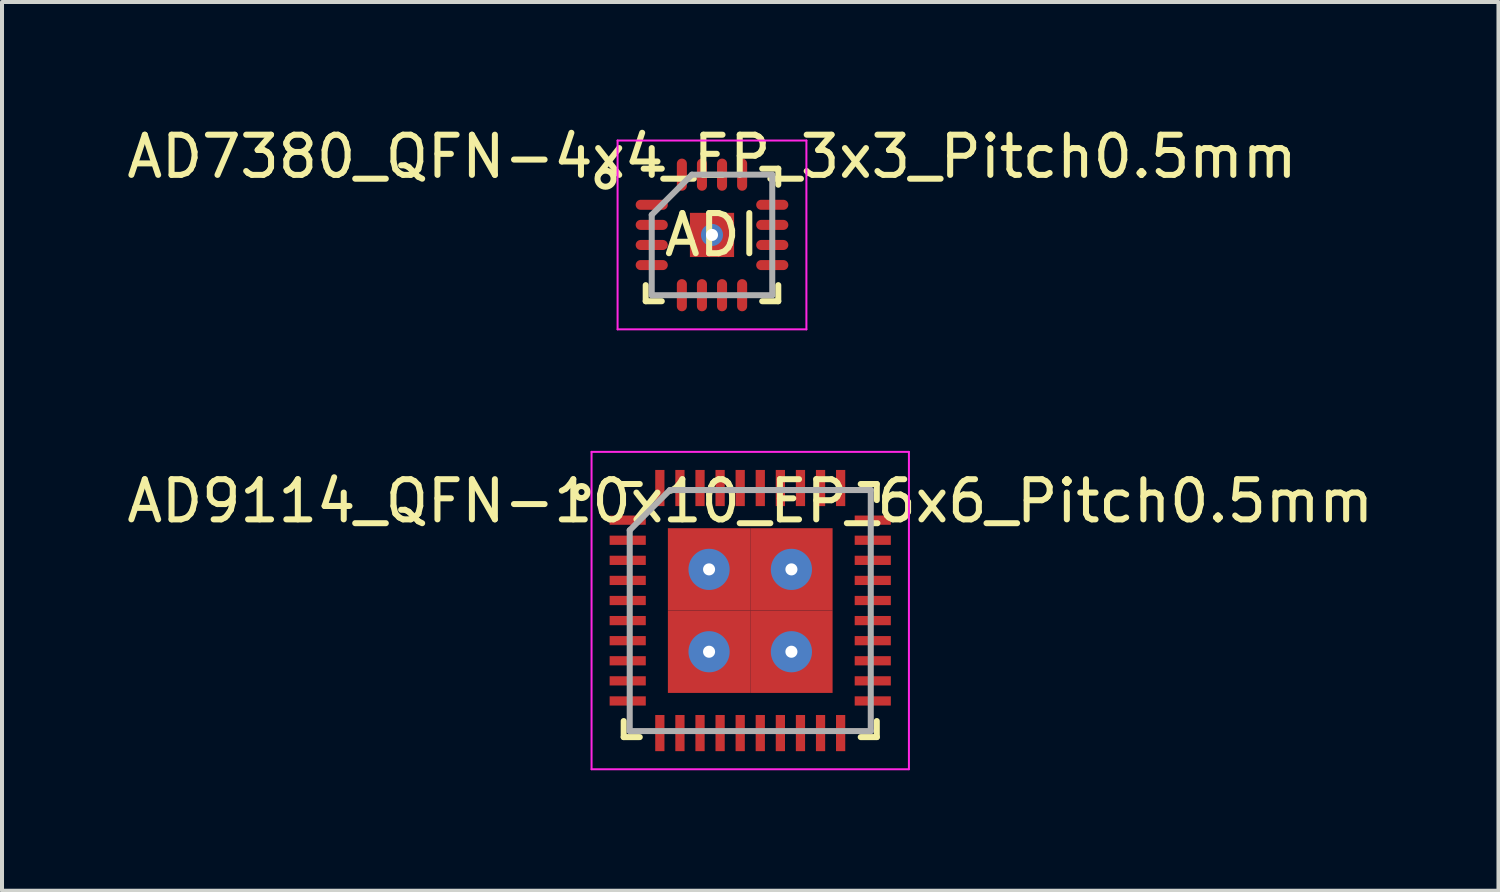
<source format=kicad_pcb>
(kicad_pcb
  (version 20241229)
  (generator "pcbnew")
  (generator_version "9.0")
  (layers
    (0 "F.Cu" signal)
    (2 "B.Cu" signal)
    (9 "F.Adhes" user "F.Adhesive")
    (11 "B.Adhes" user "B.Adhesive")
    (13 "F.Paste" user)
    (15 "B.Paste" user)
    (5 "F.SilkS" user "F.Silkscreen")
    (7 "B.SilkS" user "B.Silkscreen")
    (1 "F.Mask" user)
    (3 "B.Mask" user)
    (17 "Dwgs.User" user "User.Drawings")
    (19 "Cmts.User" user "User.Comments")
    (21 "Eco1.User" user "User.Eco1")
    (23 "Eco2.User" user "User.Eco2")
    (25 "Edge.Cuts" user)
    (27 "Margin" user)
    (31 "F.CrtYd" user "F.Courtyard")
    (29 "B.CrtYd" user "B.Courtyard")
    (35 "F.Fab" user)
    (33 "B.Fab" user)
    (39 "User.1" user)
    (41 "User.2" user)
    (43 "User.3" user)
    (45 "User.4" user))
  (footprint "AD7380_QFN-4x4_EP_3x3_Pitch0.5mm"
    (layer "F.Cu")
    (at 14.673 2.798)
    (property "Reference" "AD7380_QFN-4x4_EP_3x3_Pitch0.5mm" (at 0 -1.95 0) (layer "F.SilkS") (effects (font (size 1 1) (thickness 0.15))))
    (attr smd)
    (fp_line (start -1.65 1.65) (end -1.65 1.25) (stroke (width 0.15) (type solid)) (layer "F.SilkS"))
    (fp_line (start -1.25 -1.65) (end -1.7 -1.65) (stroke (width 0.15) (type solid)) (layer "F.SilkS"))
    (fp_line (start -1.25 1.65) (end -1.65 1.65) (stroke (width 0.15) (type solid)) (layer "F.SilkS"))
    (fp_line (start 1.25 -1.65) (end 1.65 -1.65) (stroke (width 0.15) (type solid)) (layer "F.SilkS"))
    (fp_line (start 1.25 1.65) (end 1.65 1.65) (stroke (width 0.15) (type solid)) (layer "F.SilkS"))
    (fp_line (start 1.65 -1.65) (end 1.65 -1.25) (stroke (width 0.15) (type solid)) (layer "F.SilkS"))
    (fp_line (start 1.65 1.65) (end 1.65 1.25) (stroke (width 0.15) (type solid)) (layer "F.SilkS"))
    (fp_circle (center -2.65 -1.4) (end -2.65 -1.2) (stroke (width 0.15) (type solid)) (fill no) (layer "F.SilkS"))
    (fp_line (start -2.35 -2.35) (end 2.35 -2.35) (stroke (width 0.05) (type solid)) (layer "F.CrtYd"))
    (fp_line (start -2.35 2.35) (end -2.35 -2.35) (stroke (width 0.05) (type solid)) (layer "F.CrtYd"))
    (fp_line (start 2.35 -2.35) (end 2.35 2.35) (stroke (width 0.05) (type solid)) (layer "F.CrtYd"))
    (fp_line (start 2.35 2.35) (end -2.35 2.35) (stroke (width 0.05) (type solid)) (layer "F.CrtYd"))
    (fp_line (start -1.5 -0.5) (end -1.5 1.5) (stroke (width 0.15) (type solid)) (layer "F.Fab"))
    (fp_line (start -1.5 1.5) (end 1.5 1.5) (stroke (width 0.15) (type solid)) (layer "F.Fab"))
    (fp_line (start -0.5 -1.5) (end -1.5 -0.5) (stroke (width 0.15) (type solid)) (layer "F.Fab"))
    (fp_line (start 1.5 -1.5) (end -0.5 -1.5) (stroke (width 0.15) (type solid)) (layer "F.Fab"))
    (fp_line (start 1.5 1.5) (end 1.5 -1.5) (stroke (width 0.15) (type solid)) (layer "F.Fab"))
    (fp_text user "ADI" (at 0 0 0) (layer "F.SilkS") (effects (font (size 1 1) (thickness 0.15))))
    (pad "1" smd oval (at -1.5 -0.75 90) (size 0.25 0.8) (layers "F.Cu" "F.Mask" "F.Paste"))
    (pad "2" smd oval (at -1.5 -0.25 90) (size 0.25 0.8) (layers "F.Cu" "F.Mask" "F.Paste"))
    (pad "3" smd oval (at -1.5 0.25 90) (size 0.25 0.8) (layers "F.Cu" "F.Mask" "F.Paste"))
    (pad "4" smd oval (at -1.5 0.75 90) (size 0.25 0.8) (layers "F.Cu" "F.Mask" "F.Paste"))
    (pad "5" smd oval (at -0.75 1.5) (size 0.25 0.8) (layers "F.Cu" "F.Mask" "F.Paste"))
    (pad "6" smd oval (at -0.25 1.5) (size 0.25 0.8) (layers "F.Cu" "F.Mask" "F.Paste"))
    (pad "7" smd oval (at 0.25 1.5) (size 0.25 0.8) (layers "F.Cu" "F.Mask" "F.Paste"))
    (pad "8" smd oval (at 0.75 1.5) (size 0.25 0.8) (layers "F.Cu" "F.Mask" "F.Paste"))
    (pad "9" smd oval (at 1.5 0.75 90) (size 0.25 0.8) (layers "F.Cu" "F.Mask" "F.Paste"))
    (pad "10" smd oval (at 1.5 0.25 90) (size 0.25 0.8) (layers "F.Cu" "F.Mask" "F.Paste"))
    (pad "11" smd oval (at 1.5 -0.25 90) (size 0.25 0.8) (layers "F.Cu" "F.Mask" "F.Paste"))
    (pad "12" smd oval (at 1.5 -0.75 90) (size 0.25 0.8) (layers "F.Cu" "F.Mask" "F.Paste"))
    (pad "13" smd oval (at 0.75 -1.5) (size 0.25 0.8) (layers "F.Cu" "F.Mask" "F.Paste"))
    (pad "14" smd oval (at 0.25 -1.5) (size 0.25 0.8) (layers "F.Cu" "F.Mask" "F.Paste"))
    (pad "15" smd oval (at -0.25 -1.5) (size 0.25 0.8) (layers "F.Cu" "F.Mask" "F.Paste"))
    (pad "16" smd oval (at -0.75 -1.5) (size 0.25 0.8) (layers "F.Cu" "F.Mask" "F.Paste"))
    (pad "17" thru_hole circle (at 0 0) (size 0.55 0.55) (drill 0.3) (layers "*.Cu" "*.Mask"))
    (pad "17" smd rect (at 0 0) (size 1.1 1.1) (layers "F.Cu" "F.Mask" "F.Paste")))
  (footprint "AD9114_QFN-10x10_EP_6x6_Pitch0.5mm"
    (layer "F.Cu")
    (at 15.625 12.148)
    (property "Reference" "AD9114_QFN-10x10_EP_6x6_Pitch0.5mm" (at 0 -2.725 0) (layer "F.SilkS") (effects (font (size 1 1) (thickness 0.15))))
    (attr smd)
    (fp_line (start -3.15 3.15) (end -3.15 2.75) (stroke (width 0.15) (type solid)) (layer "F.SilkS"))
    (fp_line (start -2.75 -3.15) (end -3.2 -3.15) (stroke (width 0.15) (type solid)) (layer "F.SilkS"))
    (fp_line (start -2.75 3.15) (end -3.15 3.15) (stroke (width 0.15) (type solid)) (layer "F.SilkS"))
    (fp_line (start 2.75 -3.15) (end 3.15 -3.15) (stroke (width 0.15) (type solid)) (layer "F.SilkS"))
    (fp_line (start 2.75 3.15) (end 3.15 3.15) (stroke (width 0.15) (type solid)) (layer "F.SilkS"))
    (fp_line (start 3.15 -3.15) (end 3.15 -2.75) (stroke (width 0.15) (type solid)) (layer "F.SilkS"))
    (fp_line (start 3.15 3.15) (end 3.15 2.75) (stroke (width 0.15) (type solid)) (layer "F.SilkS"))
    (fp_circle (center -4.2 -2.95) (end -4.2 -2.8) (stroke (width 0.15) (type solid)) (fill no) (layer "F.SilkS"))
    (fp_line (start -3.95 -3.95) (end 3.95 -3.95) (stroke (width 0.05) (type solid)) (layer "F.CrtYd"))
    (fp_line (start -3.95 3.95) (end -3.95 -3.95) (stroke (width 0.05) (type solid)) (layer "F.CrtYd"))
    (fp_line (start 3.95 -3.95) (end 3.95 3.95) (stroke (width 0.05) (type solid)) (layer "F.CrtYd"))
    (fp_line (start 3.95 3.95) (end -3.95 3.95) (stroke (width 0.05) (type solid)) (layer "F.CrtYd"))
    (fp_line (start -3 -2) (end -3 3) (stroke (width 0.15) (type solid)) (layer "F.Fab"))
    (fp_line (start -3 3) (end 3 3) (stroke (width 0.15) (type solid)) (layer "F.Fab"))
    (fp_line (start -2 -3) (end -3 -2) (stroke (width 0.15) (type solid)) (layer "F.Fab"))
    (fp_line (start 3 -3) (end -2 -3) (stroke (width 0.15) (type solid)) (layer "F.Fab"))
    (fp_line (start 3 3) (end 3 -3) (stroke (width 0.15) (type solid)) (layer "F.Fab"))
    (pad "1" smd rect (at -3.05 -2.25 90) (size 0.23 0.9) (layers "F.Cu" "F.Mask" "F.Paste"))
    (pad "2" smd rect (at -3.05 -1.75 90) (size 0.23 0.9) (layers "F.Cu" "F.Mask" "F.Paste"))
    (pad "3" smd rect (at -3.05 -1.25 90) (size 0.23 0.9) (layers "F.Cu" "F.Mask" "F.Paste"))
    (pad "4" smd rect (at -3.05 -0.75 90) (size 0.23 0.9) (layers "F.Cu" "F.Mask" "F.Paste"))
    (pad "5" smd rect (at -3.05 -0.25 90) (size 0.23 0.9) (layers "F.Cu" "F.Mask" "F.Paste"))
    (pad "6" smd rect (at -3.05 0.25 90) (size 0.23 0.9) (layers "F.Cu" "F.Mask" "F.Paste"))
    (pad "7" smd rect (at -3.05 0.75 90) (size 0.23 0.9) (layers "F.Cu" "F.Mask" "F.Paste"))
    (pad "8" smd rect (at -3.05 1.25 90) (size 0.23 0.9) (layers "F.Cu" "F.Mask" "F.Paste"))
    (pad "9" smd rect (at -3.05 1.75 90) (size 0.23 0.9) (layers "F.Cu" "F.Mask" "F.Paste"))
    (pad "10" smd rect (at -3.05 2.25 90) (size 0.23 0.9) (layers "F.Cu" "F.Mask" "F.Paste"))
    (pad "11" smd rect (at -2.25 3.05) (size 0.23 0.9) (layers "F.Cu" "F.Mask" "F.Paste"))
    (pad "12" smd rect (at -1.75 3.05) (size 0.23 0.9) (layers "F.Cu" "F.Mask" "F.Paste"))
    (pad "13" smd rect (at -1.25 3.05) (size 0.23 0.9) (layers "F.Cu" "F.Mask" "F.Paste"))
    (pad "14" smd rect (at -0.75 3.05) (size 0.23 0.9) (layers "F.Cu" "F.Mask" "F.Paste"))
    (pad "15" smd rect (at -0.25 3.05) (size 0.23 0.9) (layers "F.Cu" "F.Mask" "F.Paste"))
    (pad "16" smd rect (at 0.25 3.05) (size 0.23 0.9) (layers "F.Cu" "F.Mask" "F.Paste"))
    (pad "17" smd rect (at 0.75 3.05) (size 0.23 0.9) (layers "F.Cu" "F.Mask" "F.Paste"))
    (pad "18" smd rect (at 1.25 3.05) (size 0.23 0.9) (layers "F.Cu" "F.Mask" "F.Paste"))
    (pad "19" smd rect (at 1.75 3.05) (size 0.23 0.9) (layers "F.Cu" "F.Mask" "F.Paste"))
    (pad "20" smd rect (at 2.25 3.05) (size 0.23 0.9) (layers "F.Cu" "F.Mask" "F.Paste"))
    (pad "21" smd rect (at 3.05 2.25 90) (size 0.23 0.9) (layers "F.Cu" "F.Mask" "F.Paste"))
    (pad "22" smd rect (at 3.05 1.75 90) (size 0.23 0.9) (layers "F.Cu" "F.Mask" "F.Paste"))
    (pad "23" smd rect (at 3.05 1.25 90) (size 0.23 0.9) (layers "F.Cu" "F.Mask" "F.Paste"))
    (pad "24" smd rect (at 3.05 0.75 90) (size 0.23 0.9) (layers "F.Cu" "F.Mask" "F.Paste"))
    (pad "25" smd rect (at 3.05 0.25 90) (size 0.23 0.9) (layers "F.Cu" "F.Mask" "F.Paste"))
    (pad "26" smd rect (at 3.05 -0.25 90) (size 0.23 0.9) (layers "F.Cu" "F.Mask" "F.Paste"))
    (pad "27" smd rect (at 3.05 -0.75 90) (size 0.23 0.9) (layers "F.Cu" "F.Mask" "F.Paste"))
    (pad "28" smd rect (at 3.05 -1.25 90) (size 0.23 0.9) (layers "F.Cu" "F.Mask" "F.Paste"))
    (pad "29" smd rect (at 3.05 -1.75 90) (size 0.23 0.9) (layers "F.Cu" "F.Mask" "F.Paste"))
    (pad "30" smd rect (at 3.05 -2.25 90) (size 0.23 0.9) (layers "F.Cu" "F.Mask" "F.Paste"))
    (pad "31" smd rect (at 2.25 -3.05) (size 0.23 0.9) (layers "F.Cu" "F.Mask" "F.Paste"))
    (pad "32" smd rect (at 1.75 -3.05) (size 0.23 0.9) (layers "F.Cu" "F.Mask" "F.Paste"))
    (pad "33" smd rect (at 1.25 -3.05) (size 0.23 0.9) (layers "F.Cu" "F.Mask" "F.Paste"))
    (pad "34" smd rect (at 0.75 -3.05) (size 0.23 0.9) (layers "F.Cu" "F.Mask" "F.Paste"))
    (pad "35" smd rect (at 0.25 -3.05) (size 0.23 0.9) (layers "F.Cu" "F.Mask" "F.Paste"))
    (pad "36" smd rect (at -0.25 -3.05) (size 0.23 0.9) (layers "F.Cu" "F.Mask" "F.Paste"))
    (pad "37" smd rect (at -0.75 -3.05) (size 0.23 0.9) (layers "F.Cu" "F.Mask" "F.Paste"))
    (pad "38" smd rect (at -1.25 -3.05) (size 0.23 0.9) (layers "F.Cu" "F.Mask" "F.Paste"))
    (pad "39" smd rect (at -1.75 -3.05) (size 0.23 0.9) (layers "F.Cu" "F.Mask" "F.Paste"))
    (pad "40" smd rect (at -2.25 -3.05) (size 0.23 0.9) (layers "F.Cu" "F.Mask" "F.Paste"))
    (pad "41" thru_hole circle (at -1.025 -1.025) (size 1.025 1.025) (drill 0.3) (layers "*.Cu" "*.Mask"))
    (pad "41" smd rect (at -1.025 -1.025) (size 2.05 2.05) (layers "F.Cu" "F.Mask" "F.Paste"))
    (pad "41" thru_hole circle (at -1.025 1.025) (size 1.025 1.025) (drill 0.3) (layers "*.Cu" "*.Mask"))
    (pad "41" smd rect (at -1.025 1.025) (size 2.05 2.05) (layers "F.Cu" "F.Mask" "F.Paste"))
    (pad "41" thru_hole circle (at 1.025 -1.025) (size 1.025 1.025) (drill 0.3) (layers "*.Cu" "*.Mask"))
    (pad "41" smd rect (at 1.025 -1.025) (size 2.05 2.05) (layers "F.Cu" "F.Mask" "F.Paste"))
    (pad "41" thru_hole circle (at 1.025 1.025) (size 1.025 1.025) (drill 0.3) (layers "*.Cu" "*.Mask"))
    (pad "41" smd rect (at 1.025 1.025) (size 2.05 2.05) (layers "F.Cu" "F.Mask" "F.Paste")))
  (gr_rect
    (start -3 -3)
    (end 34.25 19.123)
    (stroke (width 0.1) (type default))
    (fill no)
    (layer "Edge.Cuts")))
</source>
